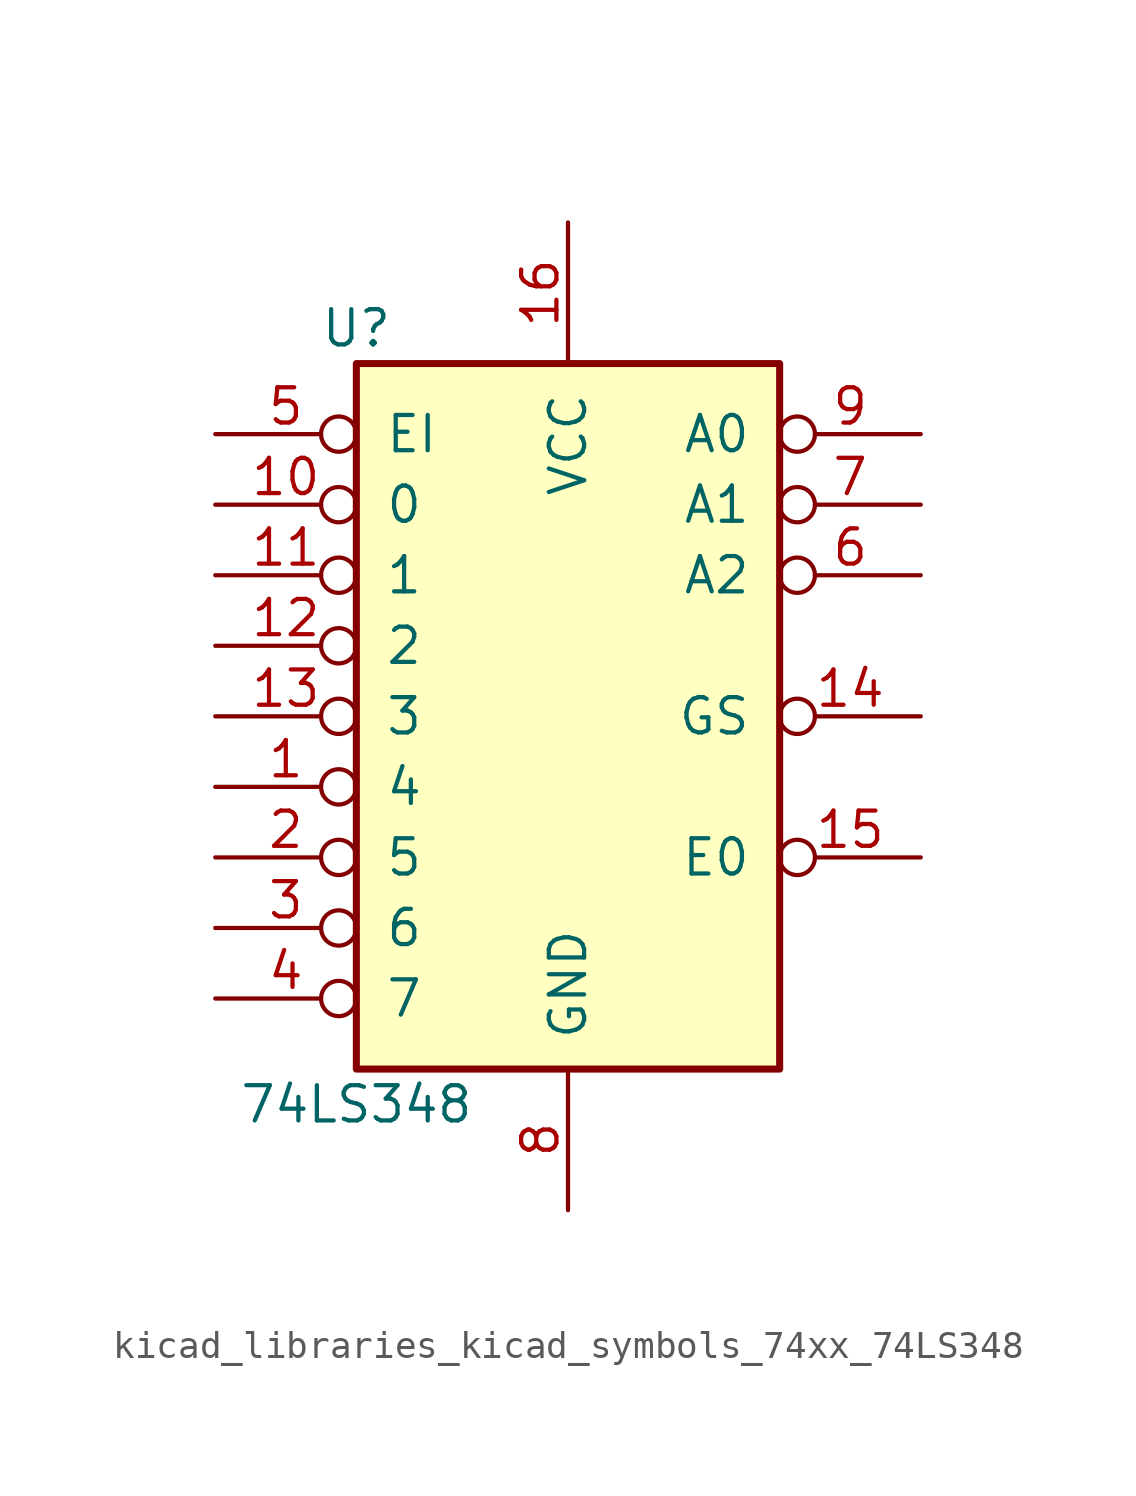
<source format=kicad_sym>
(kicad_symbol_lib
  (version 20220914)
  (generator kicad_symbol_editor)
  (symbol "kicad_libraries_kicad_symbols_74xx_74LS348"
    (pin_names
      (offset 1.016))
    (property "Reference" "U"
      (at -7.62 13.97 0)
      (effects (font (size 1.27 1.27))))
    (property "Value" "74LS348"
      (at -7.62 -13.97 0)
      (effects (font (size 1.27 1.27))))
    (property "ki_locked" ""
      (at 0 0 0)
      (effects (font (size 1.27 1.27))))
    (symbol "kicad_libraries_kicad_symbols_74xx_74LS348_1_0"
      (pin input inverted (at -12.7 -2.54 0) (length 5.08) (name "4" (effects (font (size 1.27 1.27)))) (number "1" (effects (font (size 1.27 1.27)))))
      (pin input inverted (at -12.7 7.62 0) (length 5.08) (name "0" (effects (font (size 1.27 1.27)))) (number "10" (effects (font (size 1.27 1.27)))))
      (pin input inverted (at -12.7 5.08 0) (length 5.08) (name "1" (effects (font (size 1.27 1.27)))) (number "11" (effects (font (size 1.27 1.27)))))
      (pin input inverted (at -12.7 2.54 0) (length 5.08) (name "2" (effects (font (size 1.27 1.27)))) (number "12" (effects (font (size 1.27 1.27)))))
      (pin input inverted (at -12.7 0 0) (length 5.08) (name "3" (effects (font (size 1.27 1.27)))) (number "13" (effects (font (size 1.27 1.27)))))
      (pin output inverted (at 12.7 0 180) (length 5.08) (name "GS" (effects (font (size 1.27 1.27)))) (number "14" (effects (font (size 1.27 1.27)))))
      (pin output inverted (at 12.7 -5.08 180) (length 5.08) (name "E0" (effects (font (size 1.27 1.27)))) (number "15" (effects (font (size 1.27 1.27)))))
      (pin power_in line (at 0 17.78 270) (length 5.08) (name "VCC" (effects (font (size 1.27 1.27)))) (number "16" (effects (font (size 1.27 1.27)))))
      (pin input inverted (at -12.7 -5.08 0) (length 5.08) (name "5" (effects (font (size 1.27 1.27)))) (number "2" (effects (font (size 1.27 1.27)))))
      (pin input inverted (at -12.7 -7.62 0) (length 5.08) (name "6" (effects (font (size 1.27 1.27)))) (number "3" (effects (font (size 1.27 1.27)))))
      (pin input inverted (at -12.7 -10.16 0) (length 5.08) (name "7" (effects (font (size 1.27 1.27)))) (number "4" (effects (font (size 1.27 1.27)))))
      (pin input inverted (at -12.7 10.16 0) (length 5.08) (name "EI" (effects (font (size 1.27 1.27)))) (number "5" (effects (font (size 1.27 1.27)))))
      (pin tri_state inverted (at 12.7 5.08 180) (length 5.08) (name "A2" (effects (font (size 1.27 1.27)))) (number "6" (effects (font (size 1.27 1.27)))))
      (pin tri_state inverted (at 12.7 7.62 180) (length 5.08) (name "A1" (effects (font (size 1.27 1.27)))) (number "7" (effects (font (size 1.27 1.27)))))
      (pin power_in line (at 0 -17.78 90) (length 5.08) (name "GND" (effects (font (size 1.27 1.27)))) (number "8" (effects (font (size 1.27 1.27)))))
      (pin tri_state inverted (at 12.7 10.16 180) (length 5.08) (name "A0" (effects (font (size 1.27 1.27)))) (number "9" (effects (font (size 1.27 1.27))))))
    (symbol "kicad_libraries_kicad_symbols_74xx_74LS348_1_1"
      (rectangle (start -7.62 12.7) (end 7.62 -12.7) (stroke (width 0.254) (type default)) (fill (type background))))))
</source>
